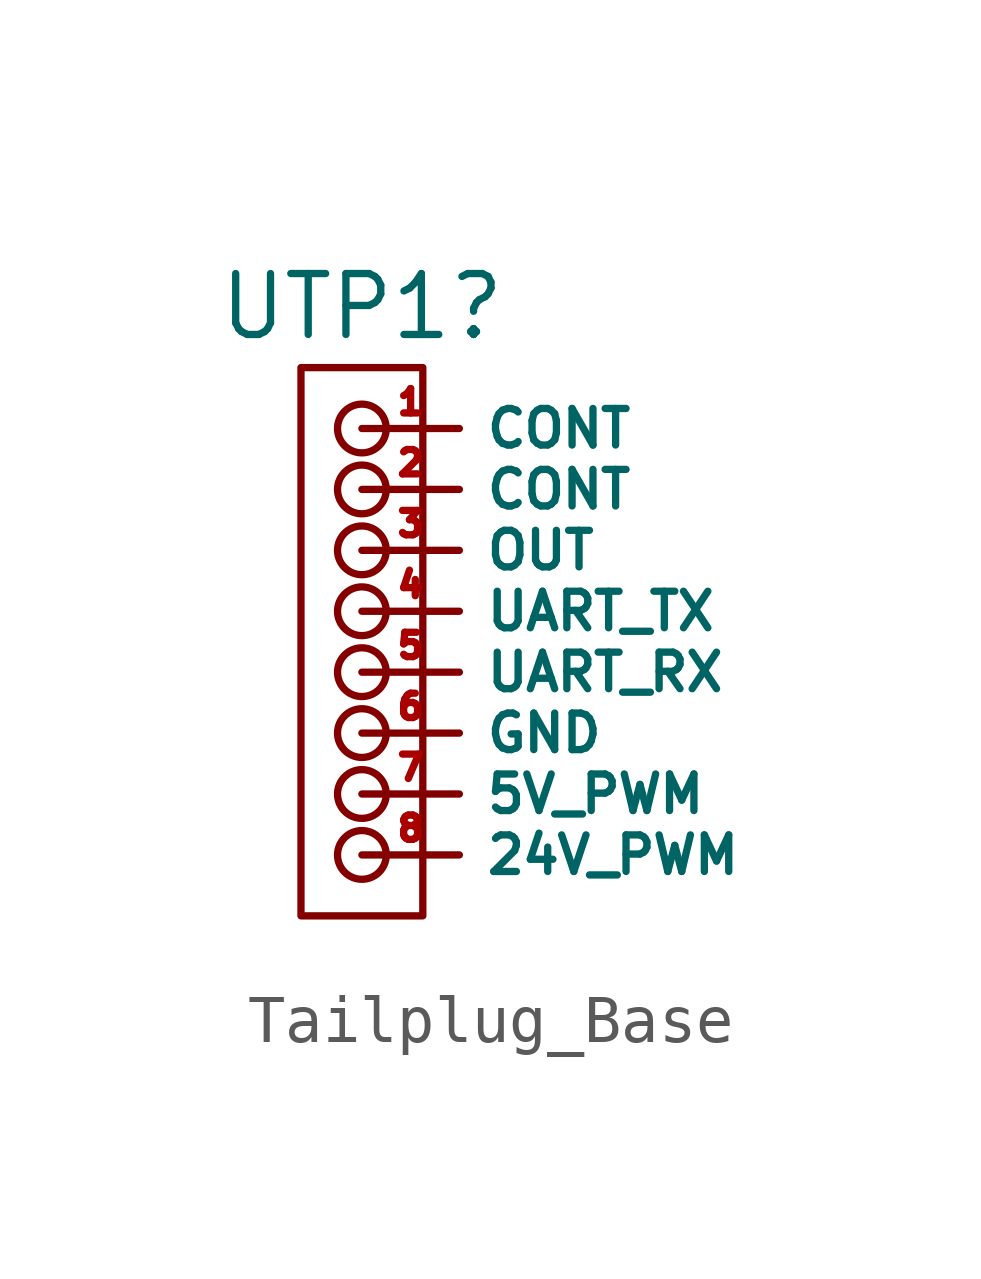
<source format=kicad_sym>
(kicad_symbol_lib
  (version 20241209)
  (generator "kicad_symbol_editor")
  (generator_version "9.0")
  (symbol "Tailplug_Base"
    (property "Reference" "UTP1"
      (at 0 0 0)
      (effects (font (size 1.27 1.27))))
    (property "Value" ""
      (at 0 0 0)
      (effects (font (size 1.27 1.27))))
    (symbol "Tailplug_Base_0_1"
      (rectangle (start -1.27 -1.27) (end 1.27 -12.7) (stroke (width 0) (type default)) (fill (type none)))
      (circle (center 0 -2.54) (radius 0.508) (stroke (width 0) (type default)) (fill (type none)))
      (circle (center 0 -3.81) (radius 0.508) (stroke (width 0) (type default)) (fill (type none)))
      (circle (center 0 -5.08) (radius 0.508) (stroke (width 0) (type default)) (fill (type none)))
      (circle (center 0 -6.35) (radius 0.508) (stroke (width 0) (type default)) (fill (type none)))
      (circle (center 0 -7.62) (radius 0.508) (stroke (width 0) (type default)) (fill (type none)))
      (circle (center 0 -8.89) (radius 0.508) (stroke (width 0) (type default)) (fill (type none)))
      (circle (center 0 -10.16) (radius 0.508) (stroke (width 0) (type default)) (fill (type none)))
      (circle (center 0 -11.43) (radius 0.508) (stroke (width 0) (type default)) (fill (type none))))
    (symbol "Tailplug_Base_1_1"
      (pin bidirectional line (at 0 -2.54 0) (length 2.032) (name "CONT" (effects (font (size 0.762 0.762)))) (number "1" (effects (font (size 0.508 0.508)))))
      (pin bidirectional line (at 0 -3.81 0) (length 2.032) (name "CONT" (effects (font (size 0.762 0.762)))) (number "2" (effects (font (size 0.508 0.508)))))
      (pin output line (at 0 -5.08 0) (length 2.032) (name "OUT" (effects (font (size 0.762 0.762)))) (number "3" (effects (font (size 0.508 0.508)))))
      (pin input line (at 0 -6.35 0) (length 2.032) (name "UART_TX" (effects (font (size 0.762 0.762)))) (number "4" (effects (font (size 0.508 0.508)))))
      (pin output line (at 0 -7.62 0) (length 2.032) (name "UART_RX" (effects (font (size 0.762 0.762)))) (number "5" (effects (font (size 0.508 0.508)))))
      (pin power_in line (at 0 -8.89 0) (length 2.032) (name "GND" (effects (font (size 0.762 0.762)))) (number "6" (effects (font (size 0.508 0.508)))))
      (pin power_in line (at 0 -10.16 0) (length 2.032) (name "5V_PWM" (effects (font (size 0.762 0.762)))) (number "7" (effects (font (size 0.508 0.508)))))
      (pin power_in line (at 0 -11.43 0) (length 2.032) (name "24V_PWM" (effects (font (size 0.762 0.762)))) (number "8" (effects (font (size 0.508 0.508))))))))
</source>
